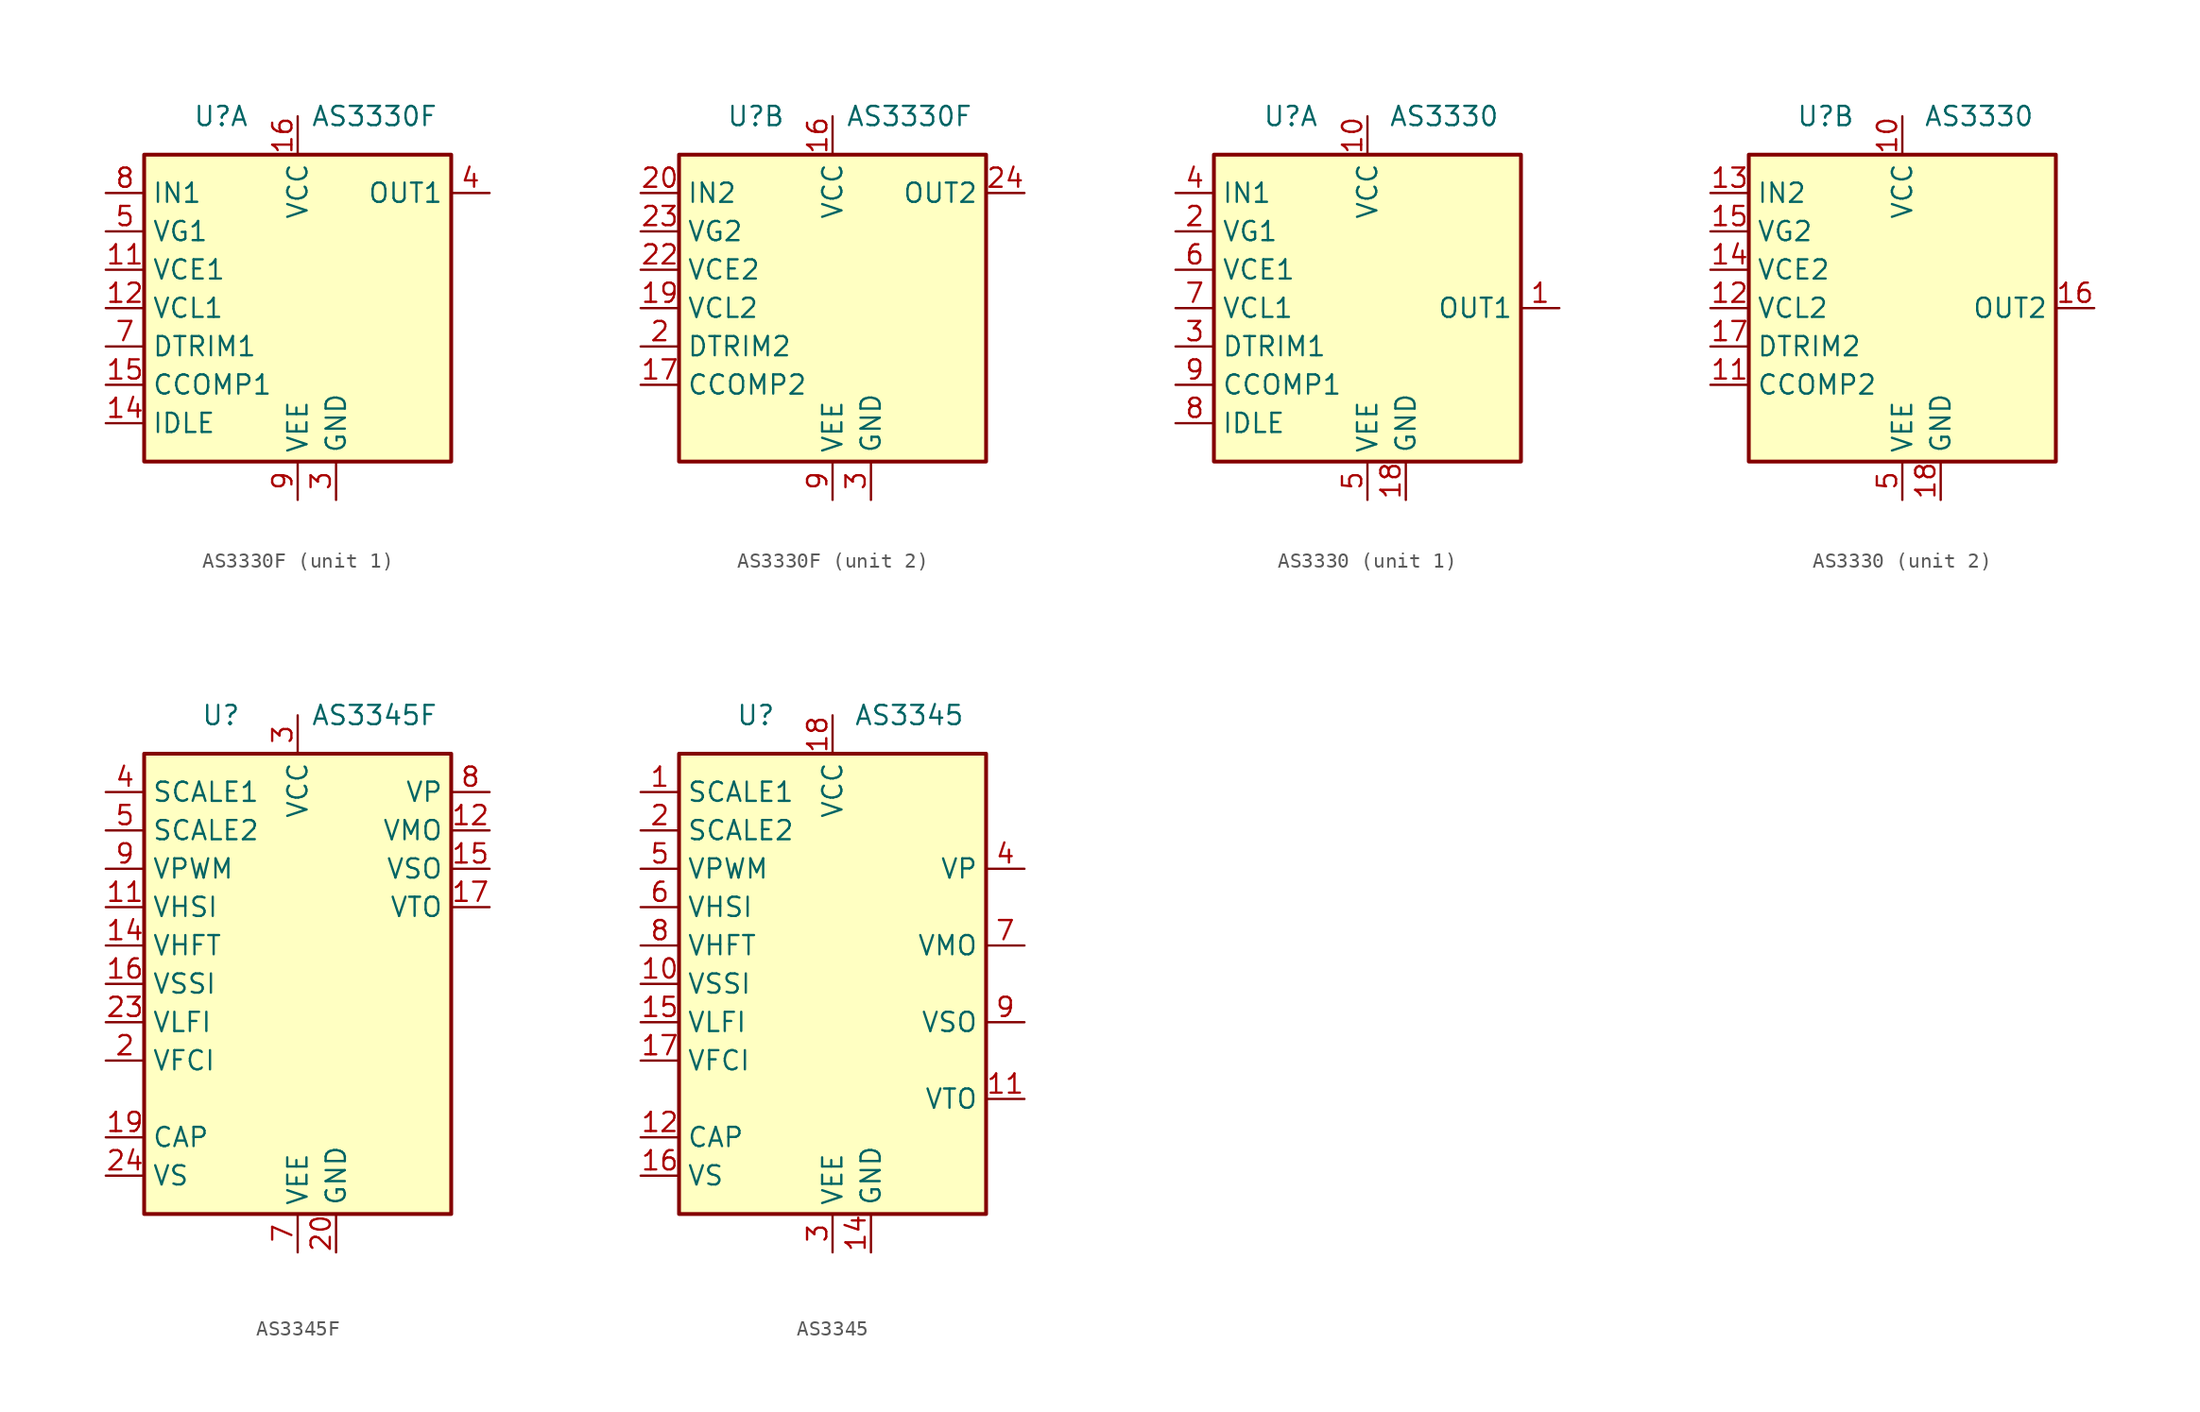
<source format=kicad_sym>
(kicad_symbol_lib
  (version 20231120)
  (generator "kicad_symbol_editor")
  (generator_version "8.0")
  (symbol "AS3330F"
    (property "Reference" "U"
      (at -5.08 12.7 0)
      (effects (font (size 1.27 1.27))))
    (property "Value" "AS3330F"
      (at 5.08 12.7 0)
      (effects (font (size 1.27 1.27))))
    (symbol "AS3330F_0_1"
      (rectangle (start -10.16 10.16) (end 10.16 -10.16) (stroke (width 0.254) (type solid)) (fill (type background)))
      (pin power_in line (at 0 12.7 270) (length 2.54) (name "VCC" (effects (font (size 1.27 1.27)))) (number "16" (effects (font (size 1.27 1.27)))))
      (pin power_in line (at 2.54 -12.7 90) (length 2.54) (name "GND" (effects (font (size 1.27 1.27)))) (number "3" (effects (font (size 1.27 1.27)))))
      (pin power_in line (at 0 -12.7 90) (length 2.54) (name "VEE" (effects (font (size 1.27 1.27)))) (number "9" (effects (font (size 1.27 1.27))))))
    (symbol "AS3330F_1_1"
      (pin no_connect line (at 10.16 5.08 180) (length 2.54) hide (name "NC" (effects (font (size 1.27 1.27)))) (number "1" (effects (font (size 1.27 1.27)))))
      (pin no_connect line (at 10.16 0 180) (length 2.54) hide (name "NC" (effects (font (size 1.27 1.27)))) (number "10" (effects (font (size 1.27 1.27)))))
      (pin input line (at -12.7 2.54 0) (length 2.54) (name "VCE1" (effects (font (size 1.27 1.27)))) (number "11" (effects (font (size 1.27 1.27)))))
      (pin input line (at -12.7 0 0) (length 2.54) (name "VCL1" (effects (font (size 1.27 1.27)))) (number "12" (effects (font (size 1.27 1.27)))))
      (pin no_connect line (at 10.16 -2.54 180) (length 2.54) hide (name "NC" (effects (font (size 1.27 1.27)))) (number "13" (effects (font (size 1.27 1.27)))))
      (pin passive line (at -12.7 -7.62 0) (length 2.54) (name "IDLE" (effects (font (size 1.27 1.27)))) (number "14" (effects (font (size 1.27 1.27)))))
      (pin passive line (at -12.7 -5.08 0) (length 2.54) (name "CCOMP1" (effects (font (size 1.27 1.27)))) (number "15" (effects (font (size 1.27 1.27)))))
      (pin no_connect line (at 10.16 -5.08 180) (length 2.54) hide (name "NC" (effects (font (size 1.27 1.27)))) (number "18" (effects (font (size 1.27 1.27)))))
      (pin no_connect line (at 10.16 -7.62 180) (length 2.54) hide (name "NC" (effects (font (size 1.27 1.27)))) (number "21" (effects (font (size 1.27 1.27)))))
      (pin output line (at 12.7 7.62 180) (length 2.54) (name "OUT1" (effects (font (size 1.27 1.27)))) (number "4" (effects (font (size 1.27 1.27)))))
      (pin input line (at -12.7 5.08 0) (length 2.54) (name "VG1" (effects (font (size 1.27 1.27)))) (number "5" (effects (font (size 1.27 1.27)))))
      (pin no_connect line (at 10.16 2.54 180) (length 2.54) hide (name "NC" (effects (font (size 1.27 1.27)))) (number "6" (effects (font (size 1.27 1.27)))))
      (pin passive line (at -12.7 -2.54 0) (length 2.54) (name "DTRIM1" (effects (font (size 1.27 1.27)))) (number "7" (effects (font (size 1.27 1.27)))))
      (pin input line (at -12.7 7.62 0) (length 2.54) (name "IN1" (effects (font (size 1.27 1.27)))) (number "8" (effects (font (size 1.27 1.27))))))
    (symbol "AS3330F_2_1"
      (pin passive line (at -12.7 -5.08 0) (length 2.54) (name "CCOMP2" (effects (font (size 1.27 1.27)))) (number "17" (effects (font (size 1.27 1.27)))))
      (pin input line (at -12.7 0 0) (length 2.54) (name "VCL2" (effects (font (size 1.27 1.27)))) (number "19" (effects (font (size 1.27 1.27)))))
      (pin passive line (at -12.7 -2.54 0) (length 2.54) (name "DTRIM2" (effects (font (size 1.27 1.27)))) (number "2" (effects (font (size 1.27 1.27)))))
      (pin input line (at -12.7 7.62 0) (length 2.54) (name "IN2" (effects (font (size 1.27 1.27)))) (number "20" (effects (font (size 1.27 1.27)))))
      (pin input line (at -12.7 2.54 0) (length 2.54) (name "VCE2" (effects (font (size 1.27 1.27)))) (number "22" (effects (font (size 1.27 1.27)))))
      (pin input line (at -12.7 5.08 0) (length 2.54) (name "VG2" (effects (font (size 1.27 1.27)))) (number "23" (effects (font (size 1.27 1.27)))))
      (pin output line (at 12.7 7.62 180) (length 2.54) (name "OUT2" (effects (font (size 1.27 1.27)))) (number "24" (effects (font (size 1.27 1.27)))))))
  (symbol "AS3330"
    (property "Reference" "U"
      (at -5.08 12.7 0)
      (effects (font (size 1.27 1.27))))
    (property "Value" "AS3330"
      (at 5.08 12.7 0)
      (effects (font (size 1.27 1.27))))
    (symbol "AS3330_0_1"
      (rectangle (start -10.16 10.16) (end 10.16 -10.16) (stroke (width 0.254) (type solid)) (fill (type background)))
      (pin power_in line (at 0 12.7 270) (length 2.54) (name "VCC" (effects (font (size 1.27 1.27)))) (number "10" (effects (font (size 1.27 1.27)))))
      (pin power_in line (at 2.54 -12.7 90) (length 2.54) (name "GND" (effects (font (size 1.27 1.27)))) (number "18" (effects (font (size 1.27 1.27)))))
      (pin power_in line (at 0 -12.7 90) (length 2.54) (name "VEE" (effects (font (size 1.27 1.27)))) (number "5" (effects (font (size 1.27 1.27))))))
    (symbol "AS3330_1_1"
      (pin output line (at 12.7 0 180) (length 2.54) (name "OUT1" (effects (font (size 1.27 1.27)))) (number "1" (effects (font (size 1.27 1.27)))))
      (pin input line (at -12.7 5.08 0) (length 2.54) (name "VG1" (effects (font (size 1.27 1.27)))) (number "2" (effects (font (size 1.27 1.27)))))
      (pin passive line (at -12.7 -2.54 0) (length 2.54) (name "DTRIM1" (effects (font (size 1.27 1.27)))) (number "3" (effects (font (size 1.27 1.27)))))
      (pin input line (at -12.7 7.62 0) (length 2.54) (name "IN1" (effects (font (size 1.27 1.27)))) (number "4" (effects (font (size 1.27 1.27)))))
      (pin input line (at -12.7 2.54 0) (length 2.54) (name "VCE1" (effects (font (size 1.27 1.27)))) (number "6" (effects (font (size 1.27 1.27)))))
      (pin input line (at -12.7 0 0) (length 2.54) (name "VCL1" (effects (font (size 1.27 1.27)))) (number "7" (effects (font (size 1.27 1.27)))))
      (pin passive line (at -12.7 -7.62 0) (length 2.54) (name "IDLE" (effects (font (size 1.27 1.27)))) (number "8" (effects (font (size 1.27 1.27)))))
      (pin passive line (at -12.7 -5.08 0) (length 2.54) (name "CCOMP1" (effects (font (size 1.27 1.27)))) (number "9" (effects (font (size 1.27 1.27))))))
    (symbol "AS3330_2_1"
      (pin passive line (at -12.7 -5.08 0) (length 2.54) (name "CCOMP2" (effects (font (size 1.27 1.27)))) (number "11" (effects (font (size 1.27 1.27)))))
      (pin input line (at -12.7 0 0) (length 2.54) (name "VCL2" (effects (font (size 1.27 1.27)))) (number "12" (effects (font (size 1.27 1.27)))))
      (pin input line (at -12.7 7.62 0) (length 2.54) (name "IN2" (effects (font (size 1.27 1.27)))) (number "13" (effects (font (size 1.27 1.27)))))
      (pin input line (at -12.7 2.54 0) (length 2.54) (name "VCE2" (effects (font (size 1.27 1.27)))) (number "14" (effects (font (size 1.27 1.27)))))
      (pin input line (at -12.7 5.08 0) (length 2.54) (name "VG2" (effects (font (size 1.27 1.27)))) (number "15" (effects (font (size 1.27 1.27)))))
      (pin output line (at 12.7 0 180) (length 2.54) (name "OUT2" (effects (font (size 1.27 1.27)))) (number "16" (effects (font (size 1.27 1.27)))))
      (pin passive line (at -12.7 -2.54 0) (length 2.54) (name "DTRIM2" (effects (font (size 1.27 1.27)))) (number "17" (effects (font (size 1.27 1.27)))))))
  (symbol "AS3345F"
    (property "Reference" "U"
      (at -5.08 17.78 0)
      (effects (font (size 1.27 1.27))))
    (property "Value" "AS3345F"
      (at 5.08 17.78 0)
      (effects (font (size 1.27 1.27))))
    (symbol "AS3345F_0_1"
      (rectangle (start -10.16 15.24) (end 10.16 -15.24) (stroke (width 0.254) (type solid)) (fill (type background))))
    (symbol "AS3345F_1_1"
      (pin no_connect line (at 10.16 0 180) (length 2.54) hide (name "NC" (effects (font (size 1.27 1.27)))) (number "1" (effects (font (size 1.27 1.27)))))
      (pin no_connect line (at 10.16 -5.08 180) (length 2.54) hide (name "NC" (effects (font (size 1.27 1.27)))) (number "10" (effects (font (size 1.27 1.27)))))
      (pin input line (at -12.7 5.08 0) (length 2.54) (name "VHSI" (effects (font (size 1.27 1.27)))) (number "11" (effects (font (size 1.27 1.27)))))
      (pin output line (at 12.7 10.16 180) (length 2.54) (name "VMO" (effects (font (size 1.27 1.27)))) (number "12" (effects (font (size 1.27 1.27)))))
      (pin no_connect line (at 10.16 -7.62 180) (length 2.54) hide (name "NC" (effects (font (size 1.27 1.27)))) (number "13" (effects (font (size 1.27 1.27)))))
      (pin input line (at -12.7 2.54 0) (length 2.54) (name "VHFT" (effects (font (size 1.27 1.27)))) (number "14" (effects (font (size 1.27 1.27)))))
      (pin output line (at 12.7 7.62 180) (length 2.54) (name "VSO" (effects (font (size 1.27 1.27)))) (number "15" (effects (font (size 1.27 1.27)))))
      (pin input line (at -12.7 0 0) (length 2.54) (name "VSSI" (effects (font (size 1.27 1.27)))) (number "16" (effects (font (size 1.27 1.27)))))
      (pin output line (at 12.7 5.08 180) (length 2.54) (name "VTO" (effects (font (size 1.27 1.27)))) (number "17" (effects (font (size 1.27 1.27)))))
      (pin no_connect line (at 10.16 -10.16 180) (length 2.54) hide (name "NC" (effects (font (size 1.27 1.27)))) (number "18" (effects (font (size 1.27 1.27)))))
      (pin passive line (at -12.7 -10.16 0) (length 2.54) (name "CAP" (effects (font (size 1.27 1.27)))) (number "19" (effects (font (size 1.27 1.27)))))
      (pin input line (at -12.7 -5.08 0) (length 2.54) (name "VFCI" (effects (font (size 1.27 1.27)))) (number "2" (effects (font (size 1.27 1.27)))))
      (pin power_in line (at 2.54 -17.78 90) (length 2.54) (name "GND" (effects (font (size 1.27 1.27)))) (number "20" (effects (font (size 1.27 1.27)))))
      (pin no_connect line (at 10.16 -12.7 180) (length 2.54) hide (name "NC" (effects (font (size 1.27 1.27)))) (number "21" (effects (font (size 1.27 1.27)))))
      (pin passive line (at 2.54 -17.78 90) (length 2.54) hide (name "GND" (effects (font (size 1.27 1.27)))) (number "22" (effects (font (size 1.27 1.27)))))
      (pin input line (at -12.7 -2.54 0) (length 2.54) (name "VLFI" (effects (font (size 1.27 1.27)))) (number "23" (effects (font (size 1.27 1.27)))))
      (pin passive line (at -12.7 -12.7 0) (length 2.54) (name "VS" (effects (font (size 1.27 1.27)))) (number "24" (effects (font (size 1.27 1.27)))))
      (pin power_in line (at 0 17.78 270) (length 2.54) (name "VCC" (effects (font (size 1.27 1.27)))) (number "3" (effects (font (size 1.27 1.27)))))
      (pin input line (at -12.7 12.7 0) (length 2.54) (name "SCALE1" (effects (font (size 1.27 1.27)))) (number "4" (effects (font (size 1.27 1.27)))))
      (pin input line (at -12.7 10.16 0) (length 2.54) (name "SCALE2" (effects (font (size 1.27 1.27)))) (number "5" (effects (font (size 1.27 1.27)))))
      (pin no_connect line (at 10.16 -2.54 180) (length 2.54) hide (name "NC" (effects (font (size 1.27 1.27)))) (number "6" (effects (font (size 1.27 1.27)))))
      (pin power_in line (at 0 -17.78 90) (length 2.54) (name "VEE" (effects (font (size 1.27 1.27)))) (number "7" (effects (font (size 1.27 1.27)))))
      (pin output line (at 12.7 12.7 180) (length 2.54) (name "VP" (effects (font (size 1.27 1.27)))) (number "8" (effects (font (size 1.27 1.27)))))
      (pin input line (at -12.7 7.62 0) (length 2.54) (name "VPWM" (effects (font (size 1.27 1.27)))) (number "9" (effects (font (size 1.27 1.27)))))))
  (symbol "AS3345"
    (property "Reference" "U"
      (at -5.08 17.78 0)
      (effects (font (size 1.27 1.27))))
    (property "Value" "AS3345"
      (at 5.08 17.78 0)
      (effects (font (size 1.27 1.27))))
    (symbol "AS3345_0_1"
      (rectangle (start -10.16 15.24) (end 10.16 -15.24) (stroke (width 0.254) (type solid)) (fill (type background))))
    (symbol "AS3345_1_1"
      (pin input line (at -12.7 12.7 0) (length 2.54) (name "SCALE1" (effects (font (size 1.27 1.27)))) (number "1" (effects (font (size 1.27 1.27)))))
      (pin input line (at -12.7 0 0) (length 2.54) (name "VSSI" (effects (font (size 1.27 1.27)))) (number "10" (effects (font (size 1.27 1.27)))))
      (pin output line (at 12.7 -7.62 180) (length 2.54) (name "VTO" (effects (font (size 1.27 1.27)))) (number "11" (effects (font (size 1.27 1.27)))))
      (pin passive line (at -12.7 -10.16 0) (length 2.54) (name "CAP" (effects (font (size 1.27 1.27)))) (number "12" (effects (font (size 1.27 1.27)))))
      (pin passive line (at 2.54 -17.78 90) (length 2.54) hide (name "GND" (effects (font (size 1.27 1.27)))) (number "13" (effects (font (size 1.27 1.27)))))
      (pin power_in line (at 2.54 -17.78 90) (length 2.54) (name "GND" (effects (font (size 1.27 1.27)))) (number "14" (effects (font (size 1.27 1.27)))))
      (pin input line (at -12.7 -2.54 0) (length 2.54) (name "VLFI" (effects (font (size 1.27 1.27)))) (number "15" (effects (font (size 1.27 1.27)))))
      (pin passive line (at -12.7 -12.7 0) (length 2.54) (name "VS" (effects (font (size 1.27 1.27)))) (number "16" (effects (font (size 1.27 1.27)))))
      (pin input line (at -12.7 -5.08 0) (length 2.54) (name "VFCI" (effects (font (size 1.27 1.27)))) (number "17" (effects (font (size 1.27 1.27)))))
      (pin power_in line (at 0 17.78 270) (length 2.54) (name "VCC" (effects (font (size 1.27 1.27)))) (number "18" (effects (font (size 1.27 1.27)))))
      (pin input line (at -12.7 10.16 0) (length 2.54) (name "SCALE2" (effects (font (size 1.27 1.27)))) (number "2" (effects (font (size 1.27 1.27)))))
      (pin power_in line (at 0 -17.78 90) (length 2.54) (name "VEE" (effects (font (size 1.27 1.27)))) (number "3" (effects (font (size 1.27 1.27)))))
      (pin output line (at 12.7 7.62 180) (length 2.54) (name "VP" (effects (font (size 1.27 1.27)))) (number "4" (effects (font (size 1.27 1.27)))))
      (pin input line (at -12.7 7.62 0) (length 2.54) (name "VPWM" (effects (font (size 1.27 1.27)))) (number "5" (effects (font (size 1.27 1.27)))))
      (pin input line (at -12.7 5.08 0) (length 2.54) (name "VHSI" (effects (font (size 1.27 1.27)))) (number "6" (effects (font (size 1.27 1.27)))))
      (pin output line (at 12.7 2.54 180) (length 2.54) (name "VMO" (effects (font (size 1.27 1.27)))) (number "7" (effects (font (size 1.27 1.27)))))
      (pin input line (at -12.7 2.54 0) (length 2.54) (name "VHFT" (effects (font (size 1.27 1.27)))) (number "8" (effects (font (size 1.27 1.27)))))
      (pin output line (at 12.7 -2.54 180) (length 2.54) (name "VSO" (effects (font (size 1.27 1.27)))) (number "9" (effects (font (size 1.27 1.27))))))))
</source>
